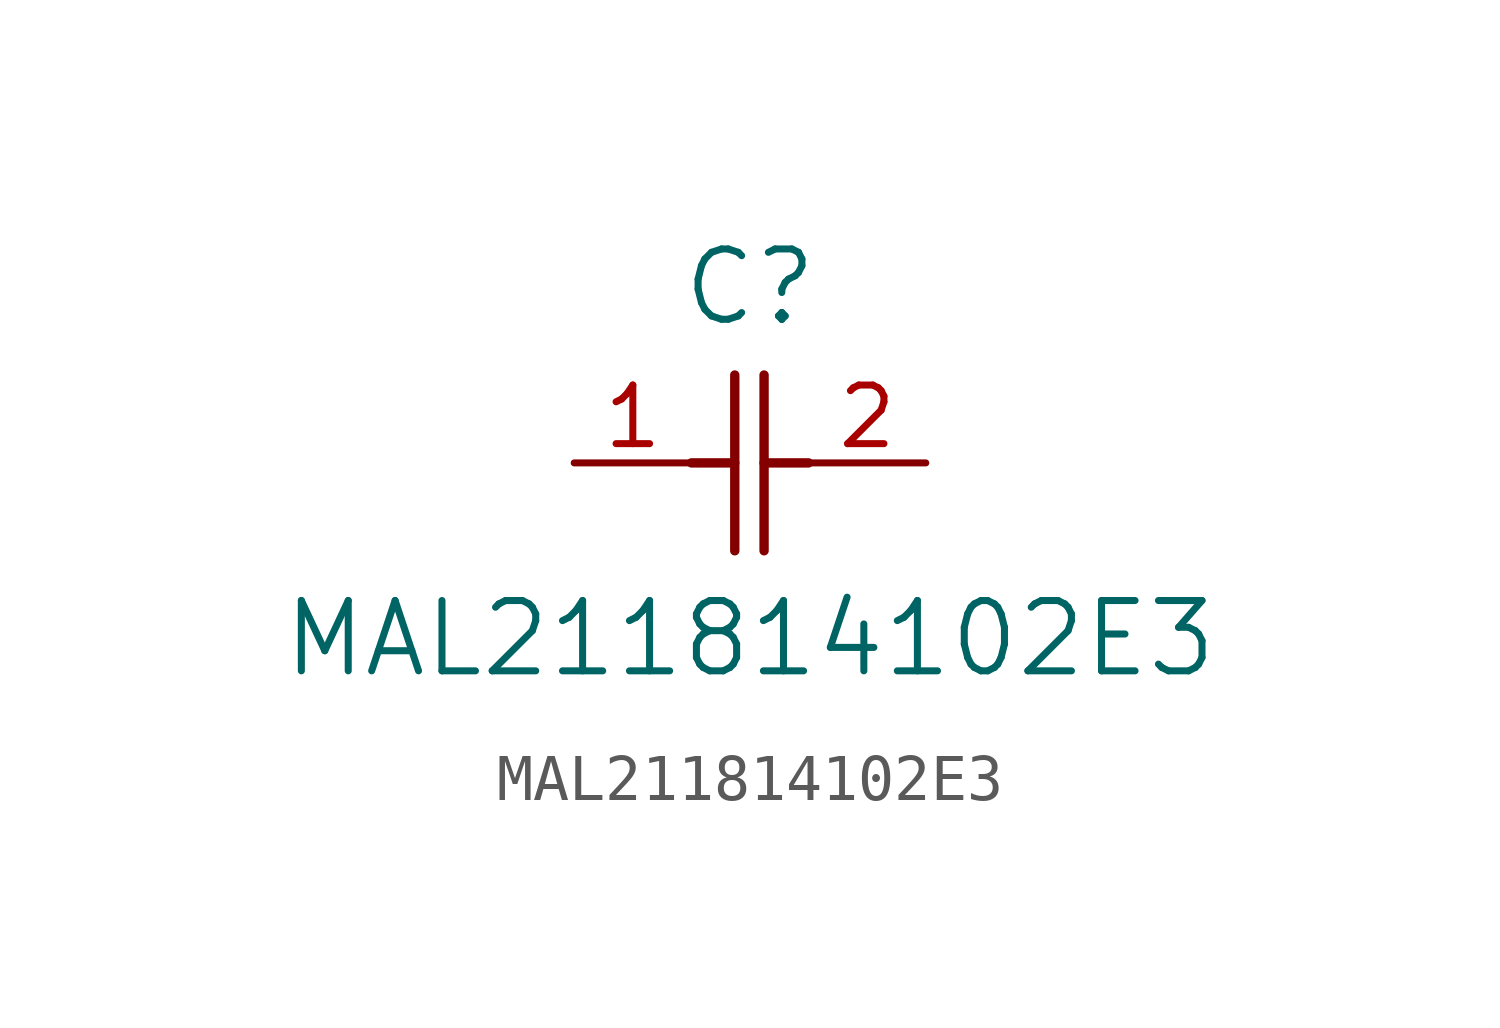
<source format=kicad_sym>
(kicad_symbol_lib
  (version 20211014)
  (generator kicad_symbol_editor)
  (symbol "MAL211814102E3"
    (pin_names
      (offset 0.254))
    (property "Reference" "C"
      (at 3.81 3.81 0)
      (effects (font (size 1.524 1.524))))
    (property "Value" "MAL211814102E3"
      (at 3.81 -3.81 0)
      (effects (font (size 1.524 1.524))))
    (symbol "MAL211814102E3_0_1"
      (polyline (pts (xy 3.48 -1.905) (xy 3.48 1.905)) (stroke (width 0.203) (type default) (color 0 0 0 0)) (fill (type none)))
      (polyline (pts (xy 4.115 -1.905) (xy 4.115 1.905)) (stroke (width 0.203) (type default) (color 0 0 0 0)) (fill (type none)))
      (polyline (pts (xy 4.115 0) (xy 5.08 0)) (stroke (width 0.203) (type default) (color 0 0 0 0)) (fill (type none)))
      (polyline (pts (xy 2.54 0) (xy 3.48 0)) (stroke (width 0.203) (type default) (color 0 0 0 0)) (fill (type none)))
      (pin unspecified line (at 0 0 0) (length 2.54) (name "" (effects (font (size 1.27 1.27)))) (number "1" (effects (font (size 1.27 1.27)))))
      (pin unspecified line (at 7.62 0 180) (length 2.54) (name "" (effects (font (size 1.27 1.27)))) (number "2" (effects (font (size 1.27 1.27))))))))
</source>
